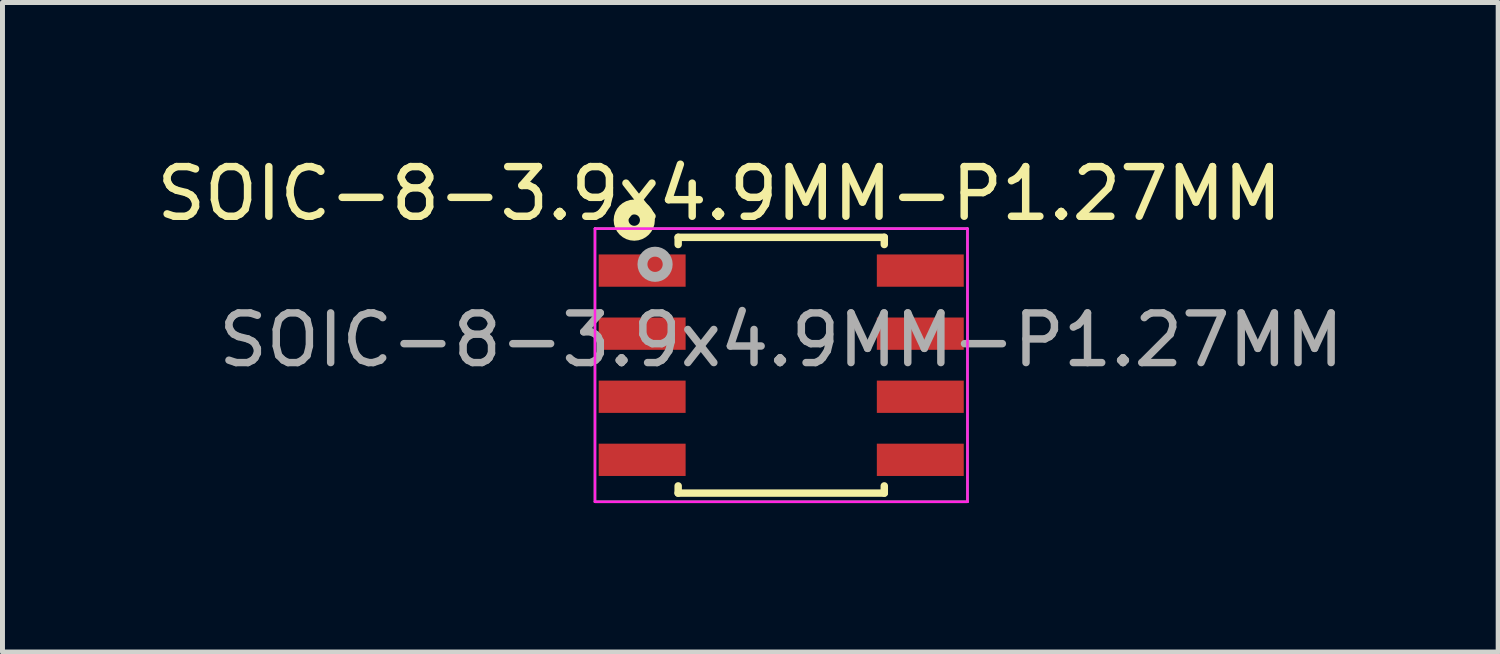
<source format=kicad_pcb>
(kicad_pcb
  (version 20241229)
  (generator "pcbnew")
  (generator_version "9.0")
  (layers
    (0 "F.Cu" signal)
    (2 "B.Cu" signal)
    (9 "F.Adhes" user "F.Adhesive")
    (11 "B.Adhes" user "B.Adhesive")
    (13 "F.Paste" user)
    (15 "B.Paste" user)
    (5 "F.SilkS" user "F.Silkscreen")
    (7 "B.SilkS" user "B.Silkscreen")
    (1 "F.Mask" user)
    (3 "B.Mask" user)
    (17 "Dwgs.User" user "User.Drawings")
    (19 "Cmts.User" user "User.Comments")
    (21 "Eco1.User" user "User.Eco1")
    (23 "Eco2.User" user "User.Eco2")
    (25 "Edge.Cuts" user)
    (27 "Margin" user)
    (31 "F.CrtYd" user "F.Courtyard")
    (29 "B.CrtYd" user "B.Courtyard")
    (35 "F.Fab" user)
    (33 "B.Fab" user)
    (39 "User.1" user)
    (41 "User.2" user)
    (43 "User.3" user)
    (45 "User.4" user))
  (footprint "SOIC-8-3.9x4.9MM-P1.27MM"
    (layer "F.Cu")
    (at 12.679 4.303)
    (property "Reference" "SOIC-8-3.9x4.9MM-P1.27MM" (at 0 -0.508 0) (layer "F.Fab") (effects (font (size 1 1) (thickness 0.15))))
    (attr smd)
    (fp_line (start -2.075 -2.575) (end -2.075 -2.43) (stroke (width 0.15) (type solid)) (layer "F.SilkS"))
    (fp_line (start -2.075 -2.575) (end 2.075 -2.575) (stroke (width 0.15) (type solid)) (layer "F.SilkS"))
    (fp_line (start -2.075 2.575) (end -2.075 2.43) (stroke (width 0.15) (type solid)) (layer "F.SilkS"))
    (fp_line (start -2.075 2.575) (end 2.075 2.575) (stroke (width 0.15) (type solid)) (layer "F.SilkS"))
    (fp_line (start 2.075 -2.575) (end 2.075 -2.43) (stroke (width 0.15) (type solid)) (layer "F.SilkS"))
    (fp_line (start 2.075 2.575) (end 2.075 2.43) (stroke (width 0.15) (type solid)) (layer "F.SilkS"))
    (fp_circle (center -2.959 -2.921) (end -2.946 -2.807) (stroke (width 0.3) (type solid)) (fill no) (layer "F.SilkS"))
    (fp_line (start -3.75 -2.75) (end -3.75 2.75) (stroke (width 0.05) (type solid)) (layer "F.CrtYd"))
    (fp_line (start -3.75 -2.75) (end 3.75 -2.75) (stroke (width 0.05) (type solid)) (layer "F.CrtYd"))
    (fp_line (start -3.75 2.75) (end 3.75 2.75) (stroke (width 0.05) (type solid)) (layer "F.CrtYd"))
    (fp_line (start 3.75 -2.75) (end 3.75 2.75) (stroke (width 0.05) (type solid)) (layer "F.CrtYd"))
    (fp_line (start -3.75 -2.75) (end -3.75 2.75) (stroke (width 0.05) (type solid)) (layer "F.Fab"))
    (fp_line (start -3.75 -2.75) (end 3.75 -2.75) (stroke (width 0.05) (type solid)) (layer "F.Fab"))
    (fp_line (start -3.75 2.75) (end 3.75 2.75) (stroke (width 0.05) (type solid)) (layer "F.Fab"))
    (fp_line (start 3.75 -2.75) (end 3.75 2.75) (stroke (width 0.05) (type solid)) (layer "F.Fab"))
    (fp_circle (center -2.54 -2.032) (end -2.286 -2.032) (stroke (width 0.2) (type solid)) (fill no) (layer "F.Fab"))
    (fp_text user "${REFERENCE}" (at -1.245 -3.454 0) (layer "F.SilkS") (effects (font (size 1 1) (thickness 0.15))))
    (pad "1" smd rect (at -2.8 -1.905) (size 1.75 0.65) (layers "F.Cu" "F.Mask" "F.Paste"))
    (pad "2" smd rect (at -2.8 -0.635) (size 1.75 0.65) (layers "F.Cu" "F.Mask" "F.Paste"))
    (pad "3" smd rect (at -2.8 0.635) (size 1.75 0.65) (layers "F.Cu" "F.Mask" "F.Paste"))
    (pad "4" smd rect (at -2.8 1.905) (size 1.75 0.65) (layers "F.Cu" "F.Mask" "F.Paste"))
    (pad "5" smd rect (at 2.8 1.905) (size 1.75 0.65) (layers "F.Cu" "F.Mask" "F.Paste"))
    (pad "6" smd rect (at 2.8 0.635) (size 1.75 0.65) (layers "F.Cu" "F.Mask" "F.Paste"))
    (pad "7" smd rect (at 2.8 -0.635) (size 1.75 0.65) (layers "F.Cu" "F.Mask" "F.Paste"))
    (pad "8" smd rect (at 2.8 -1.905) (size 1.75 0.65) (layers "F.Cu" "F.Mask" "F.Paste")))
  (gr_rect
    (start -3 -3)
    (end 27.114 10.078)
    (stroke (width 0.1) (type default))
    (fill no)
    (layer "Edge.Cuts")))
</source>
